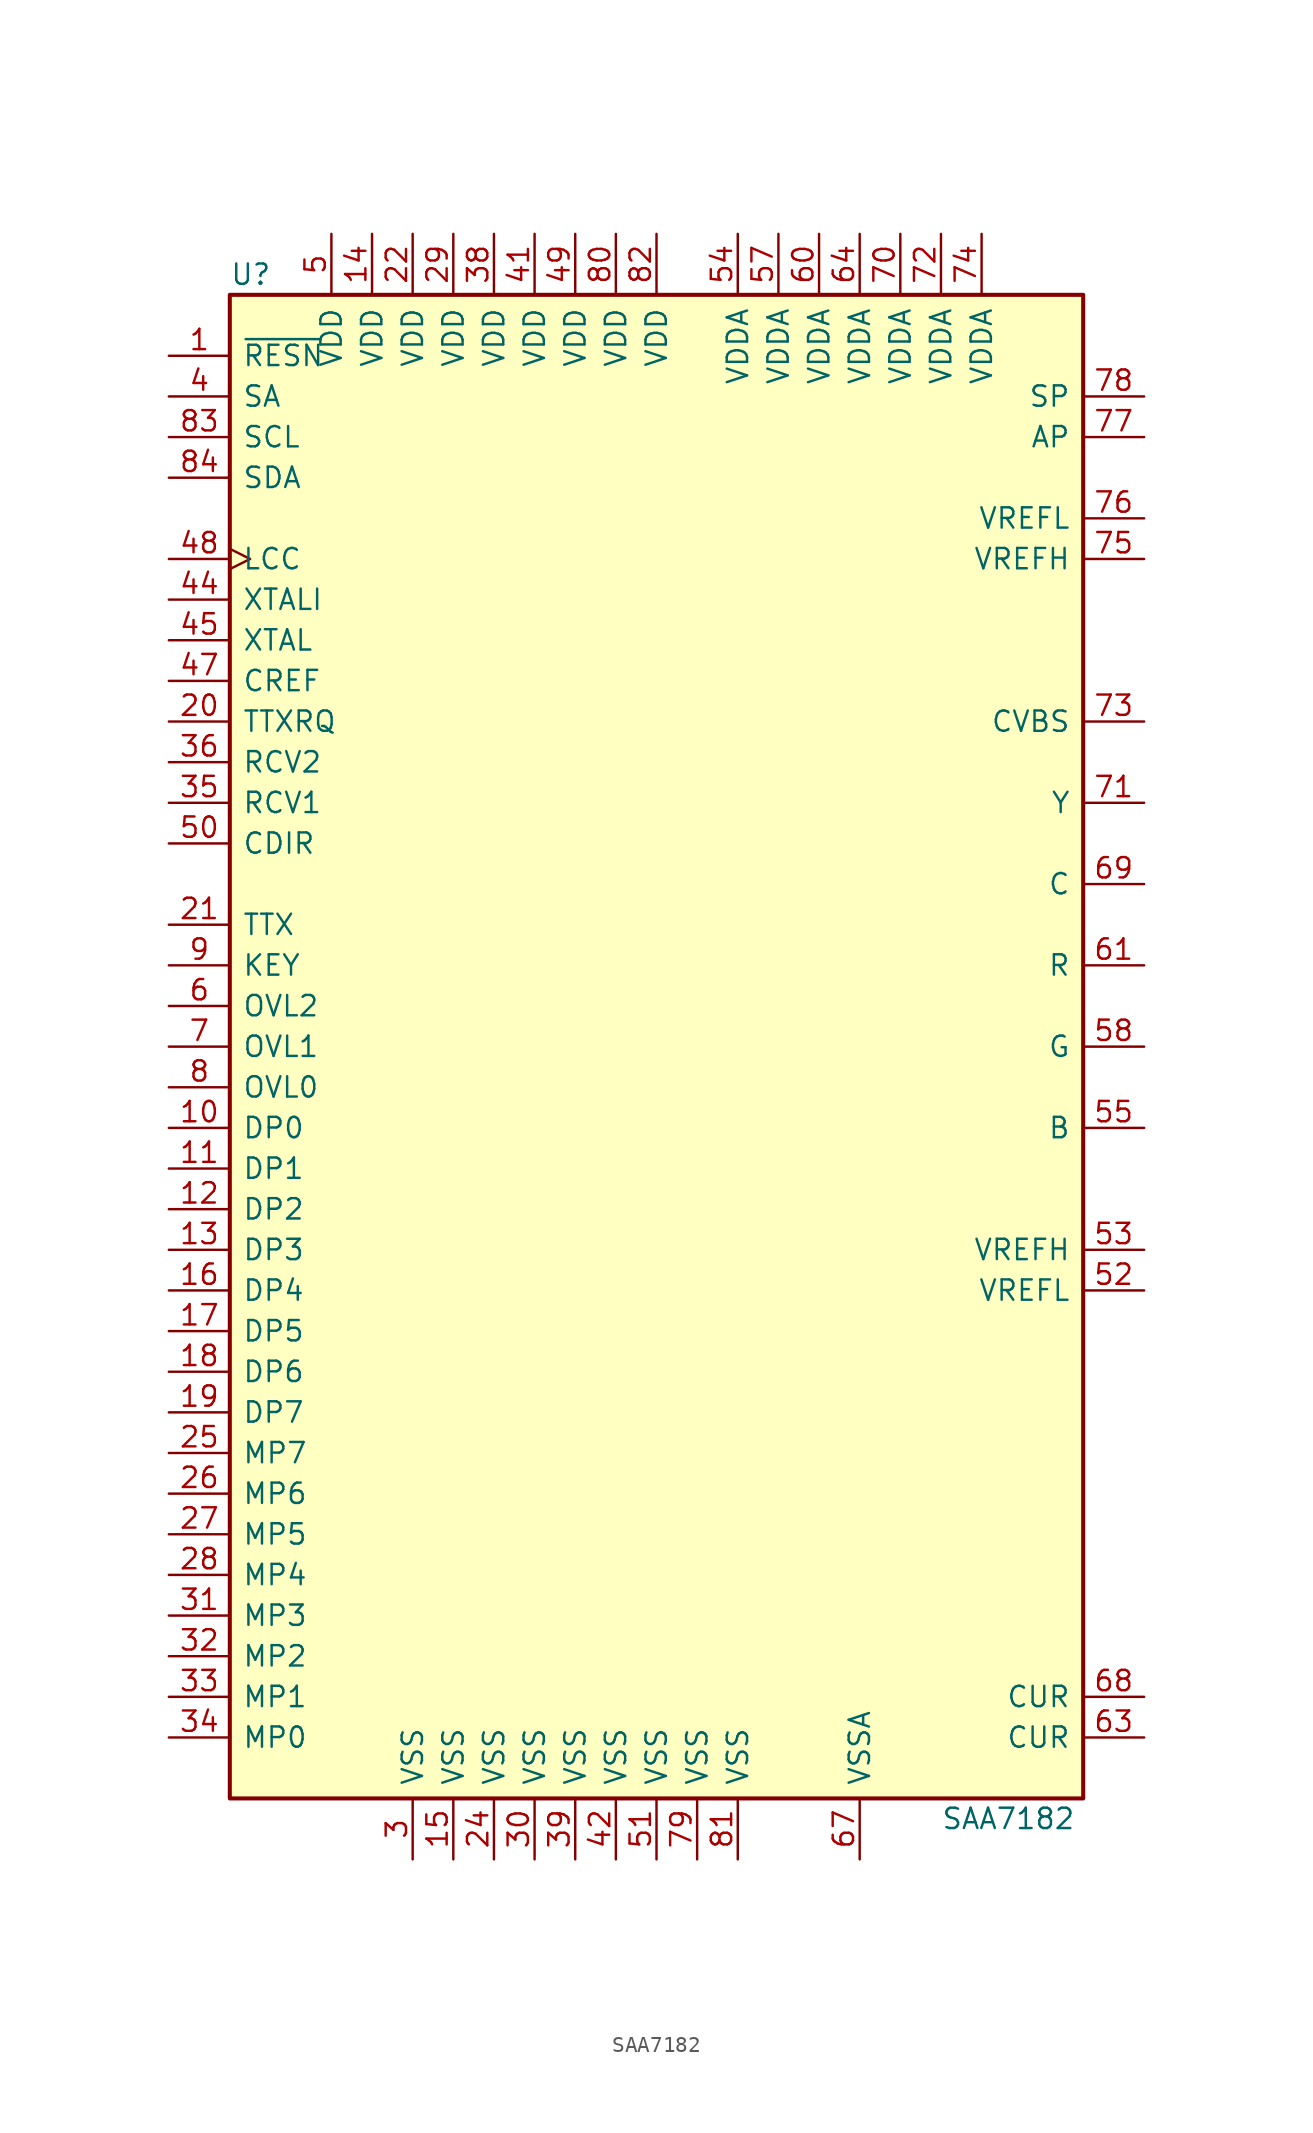
<source format=kicad_sym>
(kicad_symbol_lib
  (version 20201005)
  (generator kicad_symbol_editor)
  (symbol "SAA7182"
    (pin_names
      (offset 0.762))
    (property "Reference" "U"
      (at -26.67 48.26 0)
      (effects (font (size 1.27 1.27)) (justify left)))
    (property "Value" "SAA7182"
      (at 17.78 -48.26 0)
      (effects (font (size 1.27 1.27)) (justify left)))
    (symbol "SAA7182_0_1"
      (rectangle (start -26.67 -46.99) (end 26.67 46.99) (stroke (width 0.254)) (fill (type background))))
    (symbol "SAA7182_1_1"
      (pin input line (at -30.48 43.18 0) (length 3.81) (name "~RESN~" (effects (font (size 1.27 1.27)))) (number "1" (effects (font (size 1.27 1.27)))))
      (pin input line (at -30.48 -5.08 0) (length 3.81) (name "DP0" (effects (font (size 1.27 1.27)))) (number "10" (effects (font (size 1.27 1.27)))))
      (pin input line (at -30.48 -7.62 0) (length 3.81) (name "DP1" (effects (font (size 1.27 1.27)))) (number "11" (effects (font (size 1.27 1.27)))))
      (pin input line (at -30.48 -10.16 0) (length 3.81) (name "DP2" (effects (font (size 1.27 1.27)))) (number "12" (effects (font (size 1.27 1.27)))))
      (pin input line (at -30.48 -12.7 0) (length 3.81) (name "DP3" (effects (font (size 1.27 1.27)))) (number "13" (effects (font (size 1.27 1.27)))))
      (pin power_in line (at -17.78 50.8 270) (length 3.81) (name "VDD" (effects (font (size 1.27 1.27)))) (number "14" (effects (font (size 1.27 1.27)))))
      (pin power_in line (at -12.7 -50.8 90) (length 3.81) (name "VSS" (effects (font (size 1.27 1.27)))) (number "15" (effects (font (size 1.27 1.27)))))
      (pin input line (at -30.48 -15.24 0) (length 3.81) (name "DP4" (effects (font (size 1.27 1.27)))) (number "16" (effects (font (size 1.27 1.27)))))
      (pin input line (at -30.48 -17.78 0) (length 3.81) (name "DP5" (effects (font (size 1.27 1.27)))) (number "17" (effects (font (size 1.27 1.27)))))
      (pin input line (at -30.48 -20.32 0) (length 3.81) (name "DP6" (effects (font (size 1.27 1.27)))) (number "18" (effects (font (size 1.27 1.27)))))
      (pin input line (at -30.48 -22.86 0) (length 3.81) (name "DP7" (effects (font (size 1.27 1.27)))) (number "19" (effects (font (size 1.27 1.27)))))
      (pin output line (at -30.48 20.32 0) (length 3.81) (name "TTXRQ" (effects (font (size 1.27 1.27)))) (number "20" (effects (font (size 1.27 1.27)))))
      (pin input line (at -30.48 7.62 0) (length 3.81) (name "TTX" (effects (font (size 1.27 1.27)))) (number "21" (effects (font (size 1.27 1.27)))))
      (pin power_in line (at -15.24 50.8 270) (length 3.81) (name "VDD" (effects (font (size 1.27 1.27)))) (number "22" (effects (font (size 1.27 1.27)))))
      (pin power_in line (at -10.16 -50.8 90) (length 3.81) (name "VSS" (effects (font (size 1.27 1.27)))) (number "24" (effects (font (size 1.27 1.27)))))
      (pin input line (at -30.48 -25.4 0) (length 3.81) (name "MP7" (effects (font (size 1.27 1.27)))) (number "25" (effects (font (size 1.27 1.27)))))
      (pin input line (at -30.48 -27.94 0) (length 3.81) (name "MP6" (effects (font (size 1.27 1.27)))) (number "26" (effects (font (size 1.27 1.27)))))
      (pin input line (at -30.48 -30.48 0) (length 3.81) (name "MP5" (effects (font (size 1.27 1.27)))) (number "27" (effects (font (size 1.27 1.27)))))
      (pin input line (at -30.48 -33.02 0) (length 3.81) (name "MP4" (effects (font (size 1.27 1.27)))) (number "28" (effects (font (size 1.27 1.27)))))
      (pin power_in line (at -12.7 50.8 270) (length 3.81) (name "VDD" (effects (font (size 1.27 1.27)))) (number "29" (effects (font (size 1.27 1.27)))))
      (pin power_in line (at -15.24 -50.8 90) (length 3.81) (name "VSS" (effects (font (size 1.27 1.27)))) (number "3" (effects (font (size 1.27 1.27)))))
      (pin power_in line (at -7.62 -50.8 90) (length 3.81) (name "VSS" (effects (font (size 1.27 1.27)))) (number "30" (effects (font (size 1.27 1.27)))))
      (pin input line (at -30.48 -35.56 0) (length 3.81) (name "MP3" (effects (font (size 1.27 1.27)))) (number "31" (effects (font (size 1.27 1.27)))))
      (pin input line (at -30.48 -38.1 0) (length 3.81) (name "MP2" (effects (font (size 1.27 1.27)))) (number "32" (effects (font (size 1.27 1.27)))))
      (pin input line (at -30.48 -40.64 0) (length 3.81) (name "MP1" (effects (font (size 1.27 1.27)))) (number "33" (effects (font (size 1.27 1.27)))))
      (pin input line (at -30.48 -43.18 0) (length 3.81) (name "MP0" (effects (font (size 1.27 1.27)))) (number "34" (effects (font (size 1.27 1.27)))))
      (pin bidirectional line (at -30.48 15.24 0) (length 3.81) (name "RCV1" (effects (font (size 1.27 1.27)))) (number "35" (effects (font (size 1.27 1.27)))))
      (pin bidirectional line (at -30.48 17.78 0) (length 3.81) (name "RCV2" (effects (font (size 1.27 1.27)))) (number "36" (effects (font (size 1.27 1.27)))))
      (pin power_in line (at -10.16 50.8 270) (length 3.81) (name "VDD" (effects (font (size 1.27 1.27)))) (number "38" (effects (font (size 1.27 1.27)))))
      (pin power_in line (at -5.08 -50.8 90) (length 3.81) (name "VSS" (effects (font (size 1.27 1.27)))) (number "39" (effects (font (size 1.27 1.27)))))
      (pin input line (at -30.48 40.64 0) (length 3.81) (name "SA" (effects (font (size 1.27 1.27)))) (number "4" (effects (font (size 1.27 1.27)))))
      (pin power_in line (at -7.62 50.8 270) (length 3.81) (name "VDD" (effects (font (size 1.27 1.27)))) (number "41" (effects (font (size 1.27 1.27)))))
      (pin power_in line (at -2.54 -50.8 90) (length 3.81) (name "VSS" (effects (font (size 1.27 1.27)))) (number "42" (effects (font (size 1.27 1.27)))))
      (pin input line (at -30.48 27.94 0) (length 3.81) (name "XTALI" (effects (font (size 1.27 1.27)))) (number "44" (effects (font (size 1.27 1.27)))))
      (pin output line (at -30.48 25.4 0) (length 3.81) (name "XTAL" (effects (font (size 1.27 1.27)))) (number "45" (effects (font (size 1.27 1.27)))))
      (pin bidirectional line (at -30.48 22.86 0) (length 3.81) (name "CREF" (effects (font (size 1.27 1.27)))) (number "47" (effects (font (size 1.27 1.27)))))
      (pin bidirectional clock (at -30.48 30.48 0) (length 3.81) (name "LCC" (effects (font (size 1.27 1.27)))) (number "48" (effects (font (size 1.27 1.27)))))
      (pin power_in line (at -5.08 50.8 270) (length 3.81) (name "VDD" (effects (font (size 1.27 1.27)))) (number "49" (effects (font (size 1.27 1.27)))))
      (pin power_in line (at -20.32 50.8 270) (length 3.81) (name "VDD" (effects (font (size 1.27 1.27)))) (number "5" (effects (font (size 1.27 1.27)))))
      (pin input line (at -30.48 12.7 0) (length 3.81) (name "CDIR" (effects (font (size 1.27 1.27)))) (number "50" (effects (font (size 1.27 1.27)))))
      (pin power_in line (at 0 -50.8 90) (length 3.81) (name "VSS" (effects (font (size 1.27 1.27)))) (number "51" (effects (font (size 1.27 1.27)))))
      (pin passive line (at 30.48 -15.24 180) (length 3.81) (name "VREFL" (effects (font (size 1.27 1.27)))) (number "52" (effects (font (size 1.27 1.27)))))
      (pin passive line (at 30.48 -12.7 180) (length 3.81) (name "VREFH" (effects (font (size 1.27 1.27)))) (number "53" (effects (font (size 1.27 1.27)))))
      (pin power_in line (at 5.08 50.8 270) (length 3.81) (name "VDDA" (effects (font (size 1.27 1.27)))) (number "54" (effects (font (size 1.27 1.27)))))
      (pin output line (at 30.48 -5.08 180) (length 3.81) (name "B" (effects (font (size 1.27 1.27)))) (number "55" (effects (font (size 1.27 1.27)))))
      (pin power_in line (at 7.62 50.8 270) (length 3.81) (name "VDDA" (effects (font (size 1.27 1.27)))) (number "57" (effects (font (size 1.27 1.27)))))
      (pin output line (at 30.48 0 180) (length 3.81) (name "G" (effects (font (size 1.27 1.27)))) (number "58" (effects (font (size 1.27 1.27)))))
      (pin input line (at -30.48 2.54 0) (length 3.81) (name "OVL2" (effects (font (size 1.27 1.27)))) (number "6" (effects (font (size 1.27 1.27)))))
      (pin power_in line (at 10.16 50.8 270) (length 3.81) (name "VDDA" (effects (font (size 1.27 1.27)))) (number "60" (effects (font (size 1.27 1.27)))))
      (pin output line (at 30.48 5.08 180) (length 3.81) (name "R" (effects (font (size 1.27 1.27)))) (number "61" (effects (font (size 1.27 1.27)))))
      (pin input line (at 30.48 -43.18 180) (length 3.81) (name "CUR" (effects (font (size 1.27 1.27)))) (number "63" (effects (font (size 1.27 1.27)))))
      (pin power_in line (at 12.7 50.8 270) (length 3.81) (name "VDDA" (effects (font (size 1.27 1.27)))) (number "64" (effects (font (size 1.27 1.27)))))
      (pin power_in line (at 12.7 -50.8 90) (length 3.81) (name "VSSA" (effects (font (size 1.27 1.27)))) (number "67" (effects (font (size 1.27 1.27)))))
      (pin input line (at 30.48 -40.64 180) (length 3.81) (name "CUR" (effects (font (size 1.27 1.27)))) (number "68" (effects (font (size 1.27 1.27)))))
      (pin output line (at 30.48 10.16 180) (length 3.81) (name "C" (effects (font (size 1.27 1.27)))) (number "69" (effects (font (size 1.27 1.27)))))
      (pin input line (at -30.48 0 0) (length 3.81) (name "OVL1" (effects (font (size 1.27 1.27)))) (number "7" (effects (font (size 1.27 1.27)))))
      (pin power_in line (at 15.24 50.8 270) (length 3.81) (name "VDDA" (effects (font (size 1.27 1.27)))) (number "70" (effects (font (size 1.27 1.27)))))
      (pin output line (at 30.48 15.24 180) (length 3.81) (name "Y" (effects (font (size 1.27 1.27)))) (number "71" (effects (font (size 1.27 1.27)))))
      (pin power_in line (at 17.78 50.8 270) (length 3.81) (name "VDDA" (effects (font (size 1.27 1.27)))) (number "72" (effects (font (size 1.27 1.27)))))
      (pin output line (at 30.48 20.32 180) (length 3.81) (name "CVBS" (effects (font (size 1.27 1.27)))) (number "73" (effects (font (size 1.27 1.27)))))
      (pin power_in line (at 20.32 50.8 270) (length 3.81) (name "VDDA" (effects (font (size 1.27 1.27)))) (number "74" (effects (font (size 1.27 1.27)))))
      (pin passive line (at 30.48 30.48 180) (length 3.81) (name "VREFH" (effects (font (size 1.27 1.27)))) (number "75" (effects (font (size 1.27 1.27)))))
      (pin passive line (at 30.48 33.02 180) (length 3.81) (name "VREFL" (effects (font (size 1.27 1.27)))) (number "76" (effects (font (size 1.27 1.27)))))
      (pin input line (at 30.48 38.1 180) (length 3.81) (name "AP" (effects (font (size 1.27 1.27)))) (number "77" (effects (font (size 1.27 1.27)))))
      (pin input line (at 30.48 40.64 180) (length 3.81) (name "SP" (effects (font (size 1.27 1.27)))) (number "78" (effects (font (size 1.27 1.27)))))
      (pin power_in line (at 2.54 -50.8 90) (length 3.81) (name "VSS" (effects (font (size 1.27 1.27)))) (number "79" (effects (font (size 1.27 1.27)))))
      (pin input line (at -30.48 -2.54 0) (length 3.81) (name "OVL0" (effects (font (size 1.27 1.27)))) (number "8" (effects (font (size 1.27 1.27)))))
      (pin power_in line (at -2.54 50.8 270) (length 3.81) (name "VDD" (effects (font (size 1.27 1.27)))) (number "80" (effects (font (size 1.27 1.27)))))
      (pin power_in line (at 5.08 -50.8 90) (length 3.81) (name "VSS" (effects (font (size 1.27 1.27)))) (number "81" (effects (font (size 1.27 1.27)))))
      (pin power_in line (at 0 50.8 270) (length 3.81) (name "VDD" (effects (font (size 1.27 1.27)))) (number "82" (effects (font (size 1.27 1.27)))))
      (pin input line (at -30.48 38.1 0) (length 3.81) (name "SCL" (effects (font (size 1.27 1.27)))) (number "83" (effects (font (size 1.27 1.27)))))
      (pin bidirectional line (at -30.48 35.56 0) (length 3.81) (name "SDA" (effects (font (size 1.27 1.27)))) (number "84" (effects (font (size 1.27 1.27)))))
      (pin input line (at -30.48 5.08 0) (length 3.81) (name "KEY" (effects (font (size 1.27 1.27)))) (number "9" (effects (font (size 1.27 1.27))))))))
</source>
